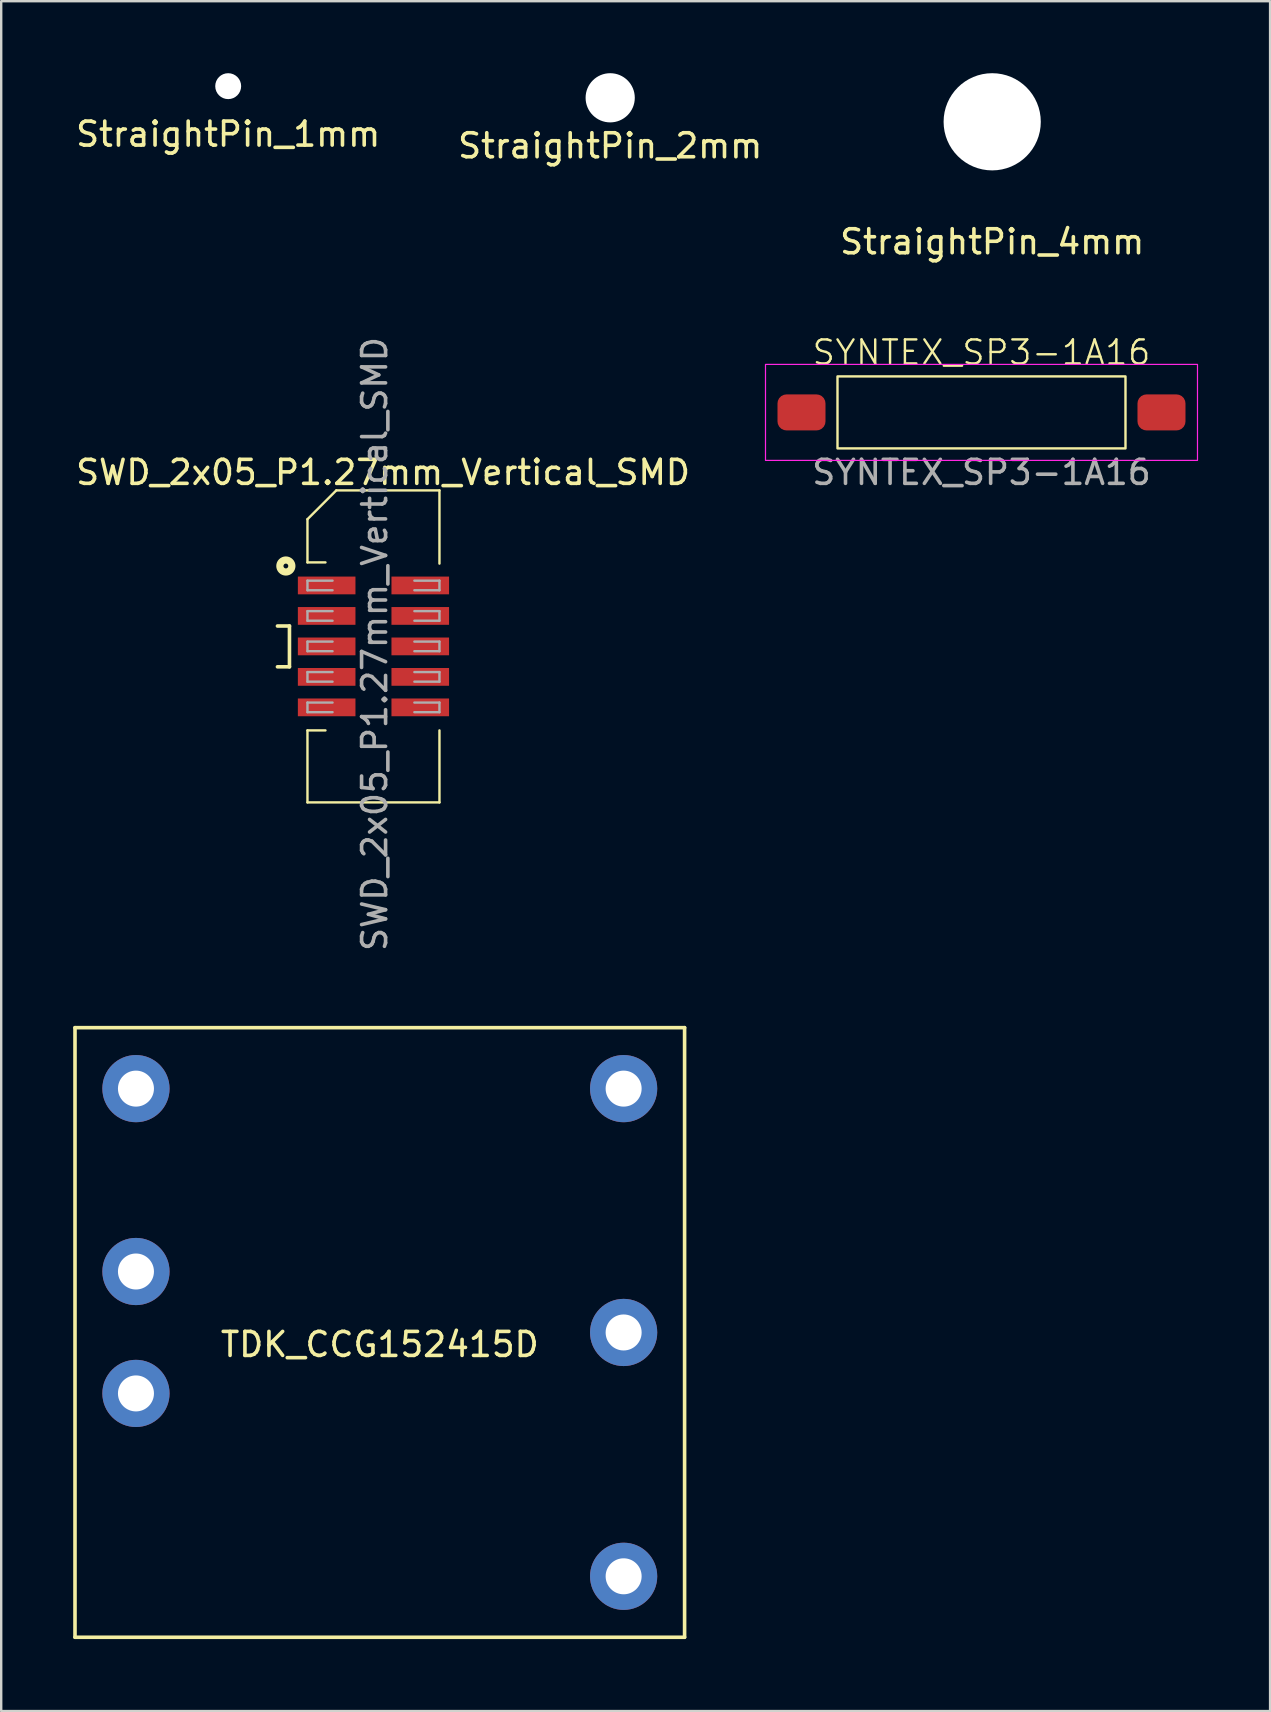
<source format=kicad_pcb>
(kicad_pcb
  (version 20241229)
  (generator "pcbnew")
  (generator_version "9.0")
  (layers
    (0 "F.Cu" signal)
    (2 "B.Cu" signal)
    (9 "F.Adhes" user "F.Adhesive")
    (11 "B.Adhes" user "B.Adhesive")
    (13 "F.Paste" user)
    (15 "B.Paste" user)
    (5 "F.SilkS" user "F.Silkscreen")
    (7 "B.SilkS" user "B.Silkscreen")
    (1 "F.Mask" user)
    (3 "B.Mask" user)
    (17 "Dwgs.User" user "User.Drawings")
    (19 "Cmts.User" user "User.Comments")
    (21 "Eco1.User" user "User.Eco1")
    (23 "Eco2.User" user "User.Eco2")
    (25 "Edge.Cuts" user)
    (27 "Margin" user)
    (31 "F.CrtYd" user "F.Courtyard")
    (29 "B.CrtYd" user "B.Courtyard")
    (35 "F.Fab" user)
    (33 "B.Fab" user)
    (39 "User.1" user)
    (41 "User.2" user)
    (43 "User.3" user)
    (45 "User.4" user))
  (footprint "SYNTEX_SP3-1A16"
    (layer "F.Cu")
    (at 37.846 14.134)
    (property "Reference" "SYNTEX_SP3-1A16" (at 0 -2.5 0) (unlocked yes) (layer "F.SilkS") (effects (font (size 1 1) (thickness 0.1))))
    (attr smd)
    (fp_rect (start -6 -1.5) (end 6 1.5) (stroke (width 0.1) (type default)) (fill no) (layer "F.SilkS"))
    (fp_rect (start -9 -2) (end 9 2) (stroke (width 0.05) (type default)) (fill no) (layer "F.CrtYd"))
    (fp_text user "${REFERENCE}" (at 0 2.5 0) (unlocked yes) (layer "F.Fab") (effects (font (size 1 1) (thickness 0.15))))
    (pad "1" smd roundrect (at -7.5 0) (size 2 1.5) (layers "F.Cu" "F.Mask" "F.Paste") (roundrect_rratio 0.25))
    (pad "2" smd roundrect (at 7.5 0) (size 2 1.5) (layers "F.Cu" "F.Mask" "F.Paste") (roundrect_rratio 0.25)))
  (footprint "TDK_CCG152415D"
    (layer "F.Cu")
    (at 12.775 52.47)
    (property "Reference" "TDK_CCG152415D" (at 0 0.5 0) (layer "F.SilkS") (effects (font (size 1 1) (thickness 0.15))))
    (attr through_hole)
    (fp_line (start -12.7 -12.7) (end -12.7 12.7) (stroke (width 0.15) (type solid)) (layer "F.SilkS"))
    (fp_line (start -12.7 12.7) (end 12.7 12.7) (stroke (width 0.15) (type solid)) (layer "F.SilkS"))
    (fp_line (start 12.7 -12.7) (end -12.7 -12.7) (stroke (width 0.15) (type solid)) (layer "F.SilkS"))
    (fp_line (start 12.7 12.7) (end 12.7 -12.7) (stroke (width 0.15) (type solid)) (layer "F.SilkS"))
    (pad "1" thru_hole circle (at -10.16 2.54) (size 2.8 2.8) (drill 1.5) (layers "*.Cu" "*.Mask"))
    (pad "2" thru_hole circle (at -10.16 -2.54) (size 2.8 2.8) (drill 1.5) (layers "*.Cu" "*.Mask"))
    (pad "3" thru_hole circle (at -10.16 -10.16) (size 2.8 2.8) (drill 1.5) (layers "*.Cu" "*.Mask"))
    (pad "4" thru_hole circle (at 10.16 10.16) (size 2.8 2.8) (drill 1.5) (layers "*.Cu" "*.Mask"))
    (pad "5" thru_hole circle (at 10.16 0) (size 2.8 2.8) (drill 1.5) (layers "*.Cu" "*.Mask"))
    (pad "6" thru_hole circle (at 10.16 -10.16) (size 2.8 2.8) (drill 1.5) (layers "*.Cu" "*.Mask")))
  (footprint "StraightPin_4mm"
    (layer "F.Cu")
    (at 38.292 2.025)
    (property "Reference" "StraightPin_4mm" (at 0 5 0) (layer "F.SilkS") (effects (font (size 1 1) (thickness 0.15))))
    (attr through_hole)
    (pad "" np_thru_hole circle (at 0 0) (size 4.05 4.05) (drill 4.05) (layers "*.Cu" "*.Paste" "*.Mask")))
  (footprint "SWD_2x05_P1.27mm_Vertical_SMD"
    (layer "F.Cu")
    (at 12.511 23.884)
    (property "Reference" "SWD_2x05_P1.27mm_Vertical_SMD" (at 0.4 -7.25 0) (layer "F.SilkS") (effects (font (size 1 1) (thickness 0.15))))
    (attr smd)
    (fp_line (start -4 -0.85) (end -3.5 -0.85) (stroke (width 0.15) (type solid)) (layer "F.SilkS"))
    (fp_line (start -3.5 -0.85) (end -3.5 0.85) (stroke (width 0.15) (type solid)) (layer "F.SilkS"))
    (fp_line (start -3.5 0.85) (end -4 0.85) (stroke (width 0.15) (type solid)) (layer "F.SilkS"))
    (fp_line (start -2.75 -5.3) (end -2.75 -3.5) (stroke (width 0.1) (type solid)) (layer "F.SilkS"))
    (fp_line (start -2.75 -5.3) (end -1.55 -6.5) (stroke (width 0.1) (type solid)) (layer "F.SilkS"))
    (fp_line (start -2.75 -3.5) (end -2 -3.5) (stroke (width 0.1) (type solid)) (layer "F.SilkS"))
    (fp_line (start -2.75 3.5) (end -2.75 6.5) (stroke (width 0.1) (type solid)) (layer "F.SilkS"))
    (fp_line (start -2.75 3.5) (end -2 3.5) (stroke (width 0.1) (type solid)) (layer "F.SilkS"))
    (fp_line (start -1.55 -6.5) (end 2.75 -6.5) (stroke (width 0.1) (type solid)) (layer "F.SilkS"))
    (fp_line (start 2.75 -6.5) (end 2.75 -3.45) (stroke (width 0.1) (type solid)) (layer "F.SilkS"))
    (fp_line (start 2.75 3.5) (end 2.75 6.5) (stroke (width 0.1) (type solid)) (layer "F.SilkS"))
    (fp_line (start 2.75 6.5) (end -2.75 6.5) (stroke (width 0.1) (type solid)) (layer "F.SilkS"))
    (fp_circle (center -3.65 -3.35) (end -3.55 -3.35) (stroke (width 0.3) (type solid)) (fill no) (layer "F.SilkS"))
    (fp_line (start -2.75 -2.74) (end -2.75 -2.34) (stroke (width 0.1) (type solid)) (layer "F.Fab"))
    (fp_line (start -2.75 -2.34) (end -1.705 -2.34) (stroke (width 0.1) (type solid)) (layer "F.Fab"))
    (fp_line (start -2.75 -1.47) (end -2.75 -1.07) (stroke (width 0.1) (type solid)) (layer "F.Fab"))
    (fp_line (start -2.75 -1.07) (end -1.705 -1.07) (stroke (width 0.1) (type solid)) (layer "F.Fab"))
    (fp_line (start -2.75 -0.2) (end -2.75 0.2) (stroke (width 0.1) (type solid)) (layer "F.Fab"))
    (fp_line (start -2.75 0.2) (end -1.705 0.2) (stroke (width 0.1) (type solid)) (layer "F.Fab"))
    (fp_line (start -2.75 1.07) (end -2.75 1.47) (stroke (width 0.1) (type solid)) (layer "F.Fab"))
    (fp_line (start -2.75 1.47) (end -1.705 1.47) (stroke (width 0.1) (type solid)) (layer "F.Fab"))
    (fp_line (start -2.75 2.34) (end -2.75 2.74) (stroke (width 0.1) (type solid)) (layer "F.Fab"))
    (fp_line (start -2.75 2.74) (end -1.705 2.74) (stroke (width 0.1) (type solid)) (layer "F.Fab"))
    (fp_line (start -1.705 -2.74) (end -2.75 -2.74) (stroke (width 0.1) (type solid)) (layer "F.Fab"))
    (fp_line (start -1.705 -1.47) (end -2.75 -1.47) (stroke (width 0.1) (type solid)) (layer "F.Fab"))
    (fp_line (start -1.705 -0.2) (end -2.75 -0.2) (stroke (width 0.1) (type solid)) (layer "F.Fab"))
    (fp_line (start -1.705 1.07) (end -2.75 1.07) (stroke (width 0.1) (type solid)) (layer "F.Fab"))
    (fp_line (start -1.705 2.34) (end -2.75 2.34) (stroke (width 0.1) (type solid)) (layer "F.Fab"))
    (fp_line (start 1.705 -2.74) (end 2.75 -2.74) (stroke (width 0.1) (type solid)) (layer "F.Fab"))
    (fp_line (start 1.705 -1.47) (end 2.75 -1.47) (stroke (width 0.1) (type solid)) (layer "F.Fab"))
    (fp_line (start 1.705 -0.2) (end 2.75 -0.2) (stroke (width 0.1) (type solid)) (layer "F.Fab"))
    (fp_line (start 1.705 1.07) (end 2.75 1.07) (stroke (width 0.1) (type solid)) (layer "F.Fab"))
    (fp_line (start 1.705 2.34) (end 2.75 2.34) (stroke (width 0.1) (type solid)) (layer "F.Fab"))
    (fp_line (start 2.75 -2.74) (end 2.75 -2.34) (stroke (width 0.1) (type solid)) (layer "F.Fab"))
    (fp_line (start 2.75 -2.34) (end 1.705 -2.34) (stroke (width 0.1) (type solid)) (layer "F.Fab"))
    (fp_line (start 2.75 -1.47) (end 2.75 -1.07) (stroke (width 0.1) (type solid)) (layer "F.Fab"))
    (fp_line (start 2.75 -1.07) (end 1.705 -1.07) (stroke (width 0.1) (type solid)) (layer "F.Fab"))
    (fp_line (start 2.75 -0.2) (end 2.75 0.2) (stroke (width 0.1) (type solid)) (layer "F.Fab"))
    (fp_line (start 2.75 0.2) (end 1.705 0.2) (stroke (width 0.1) (type solid)) (layer "F.Fab"))
    (fp_line (start 2.75 1.07) (end 2.75 1.47) (stroke (width 0.1) (type solid)) (layer "F.Fab"))
    (fp_line (start 2.75 1.47) (end 1.705 1.47) (stroke (width 0.1) (type solid)) (layer "F.Fab"))
    (fp_line (start 2.75 2.34) (end 2.75 2.74) (stroke (width 0.1) (type solid)) (layer "F.Fab"))
    (fp_line (start 2.75 2.74) (end 1.705 2.74) (stroke (width 0.1) (type solid)) (layer "F.Fab"))
    (fp_text user "${REFERENCE}" (at 0.05 -0.1 90) (layer "F.Fab") (effects (font (size 1 1) (thickness 0.15))))
    (pad "1" smd rect (at -1.95 -2.54) (size 2.4 0.74) (layers "F.Cu" "F.Mask" "F.Paste"))
    (pad "2" smd rect (at 1.95 -2.54) (size 2.4 0.74) (layers "F.Cu" "F.Mask" "F.Paste"))
    (pad "3" smd rect (at -1.95 -1.27) (size 2.4 0.74) (layers "F.Cu" "F.Mask" "F.Paste"))
    (pad "4" smd rect (at 1.95 -1.27) (size 2.4 0.74) (layers "F.Cu" "F.Mask" "F.Paste"))
    (pad "5" smd rect (at -1.95 0) (size 2.4 0.74) (layers "F.Cu" "F.Mask" "F.Paste"))
    (pad "6" smd rect (at 1.95 0) (size 2.4 0.74) (layers "F.Cu" "F.Mask" "F.Paste"))
    (pad "7" smd rect (at -1.95 1.27) (size 2.4 0.74) (layers "F.Cu" "F.Mask" "F.Paste"))
    (pad "8" smd rect (at 1.95 1.27) (size 2.4 0.74) (layers "F.Cu" "F.Mask" "F.Paste"))
    (pad "9" smd rect (at -1.95 2.54) (size 2.4 0.74) (layers "F.Cu" "F.Mask" "F.Paste"))
    (pad "10" smd rect (at 1.95 2.54) (size 2.4 0.74) (layers "F.Cu" "F.Mask" "F.Paste")))
  (footprint "StraightPin_1mm"
    (layer "F.Cu")
    (at 6.458 0.54)
    (property "Reference" "StraightPin_1mm" (at 0 2 0) (layer "F.SilkS") (effects (font (size 1 1) (thickness 0.15))))
    (attr through_hole)
    (pad "" np_thru_hole circle (at 0 0) (size 1.08 1.08) (drill 1.08) (layers "*.Cu" "*.Paste" "*.Mask")))
  (footprint "StraightPin_2mm"
    (layer "F.Cu")
    (at 22.375 1.025)
    (property "Reference" "StraightPin_2mm" (at 0 2 0) (layer "F.SilkS") (effects (font (size 1 1) (thickness 0.15))))
    (attr through_hole)
    (pad "" np_thru_hole circle (at 0 0) (size 2.05 2.05) (drill 2.05) (layers "*.Cu" "*.Paste" "*.Mask")))
  (gr_rect
    (start -3 -3)
    (end 49.871 68.245)
    (stroke (width 0.1) (type default))
    (fill no)
    (layer "Edge.Cuts")))
</source>
